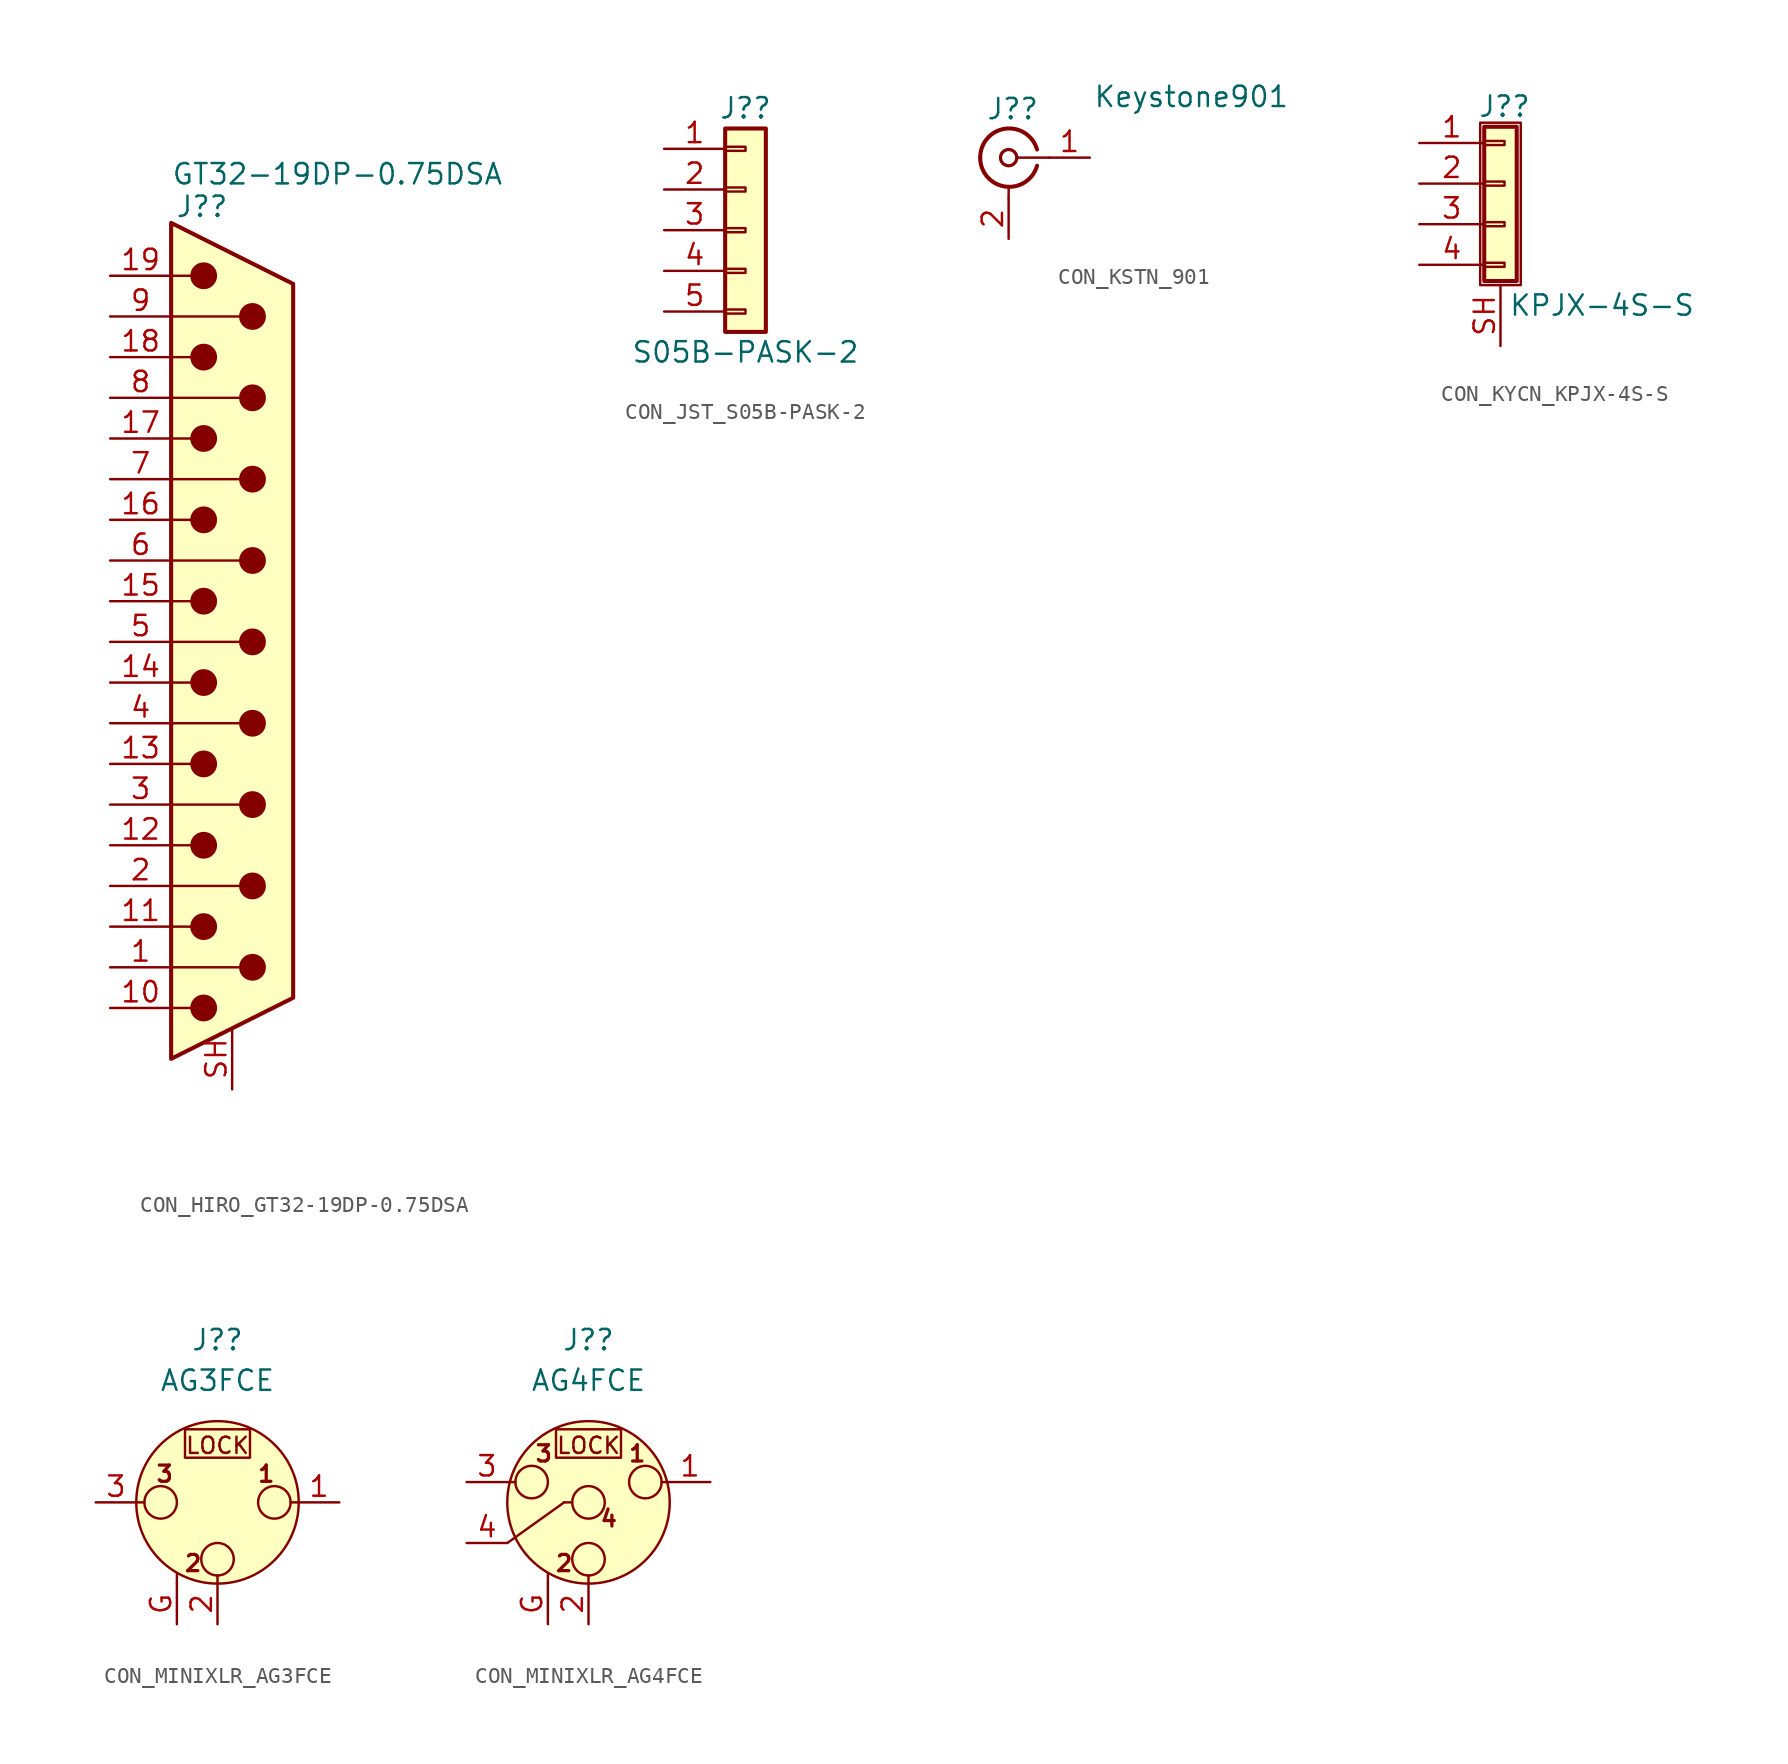
<source format=kicad_sym>
(kicad_symbol_lib
  (version 20231120)
  (generator "kicad_symbol_editor")
  (generator_version "8.0")
  (symbol "CON_HIRO_GT32-19DP-0.75DSA"
    (pin_names
      (offset 1.016) hide)
    (property "Reference" "J?"
      (at -2.286 28.448 0)
      (effects (font (size 1.27 1.27)) (justify left)))
    (property "Value" "GT32-19DP-0.75DSA"
      (at -2.54 30.48 0)
      (effects (font (size 1.27 1.27)) (justify left)))
    (symbol "CON_HIRO_GT32-19DP-0.75DSA_0_1"
      (circle (center -0.508 -21.59) (radius 0.762) (stroke (width 0) (type default)) (fill (type outline)))
      (circle (center -0.508 -16.51) (radius 0.762) (stroke (width 0) (type default)) (fill (type outline)))
      (circle (center -0.508 -11.43) (radius 0.762) (stroke (width 0) (type default)) (fill (type outline)))
      (circle (center -0.508 -6.35) (radius 0.762) (stroke (width 0) (type default)) (fill (type outline)))
      (circle (center -0.508 -1.27) (radius 0.762) (stroke (width 0) (type default)) (fill (type outline)))
      (circle (center -0.508 3.81) (radius 0.762) (stroke (width 0) (type default)) (fill (type outline)))
      (circle (center -0.508 8.89) (radius 0.762) (stroke (width 0) (type default)) (fill (type outline)))
      (circle (center -0.508 13.97) (radius 0.762) (stroke (width 0) (type default)) (fill (type outline)))
      (circle (center -0.508 19.05) (radius 0.762) (stroke (width 0) (type default)) (fill (type outline)))
      (circle (center -0.508 24.13) (radius 0.762) (stroke (width 0) (type default)) (fill (type outline)))
      (polyline (pts (xy -2.54 -21.59) (xy -1.27 -21.59)) (stroke (width 0) (type default)) (fill (type none)))
      (polyline (pts (xy -2.54 -19.05) (xy 1.778 -19.05)) (stroke (width 0) (type default)) (fill (type none)))
      (polyline (pts (xy -2.54 -16.51) (xy -1.27 -16.51)) (stroke (width 0) (type default)) (fill (type none)))
      (polyline (pts (xy -2.54 -13.97) (xy 1.778 -13.97)) (stroke (width 0) (type default)) (fill (type none)))
      (polyline (pts (xy -2.54 -11.43) (xy -1.27 -11.43)) (stroke (width 0) (type default)) (fill (type none)))
      (polyline (pts (xy -2.54 -8.89) (xy 1.778 -8.89)) (stroke (width 0) (type default)) (fill (type none)))
      (polyline (pts (xy -2.54 -6.35) (xy -1.27 -6.35)) (stroke (width 0) (type default)) (fill (type none)))
      (polyline (pts (xy -2.54 -3.81) (xy 1.778 -3.81)) (stroke (width 0) (type default)) (fill (type none)))
      (polyline (pts (xy -2.54 -1.27) (xy -1.27 -1.27)) (stroke (width 0) (type default)) (fill (type none)))
      (polyline (pts (xy -2.54 1.27) (xy 1.778 1.27)) (stroke (width 0) (type default)) (fill (type none)))
      (polyline (pts (xy -2.54 3.81) (xy -1.27 3.81)) (stroke (width 0) (type default)) (fill (type none)))
      (polyline (pts (xy -2.54 6.35) (xy 1.778 6.35)) (stroke (width 0) (type default)) (fill (type none)))
      (polyline (pts (xy -2.54 8.89) (xy -1.27 8.89)) (stroke (width 0) (type default)) (fill (type none)))
      (polyline (pts (xy -2.54 11.43) (xy 1.778 11.43)) (stroke (width 0) (type default)) (fill (type none)))
      (polyline (pts (xy -2.54 13.97) (xy -1.27 13.97)) (stroke (width 0) (type default)) (fill (type none)))
      (polyline (pts (xy -2.54 16.51) (xy 1.778 16.51)) (stroke (width 0) (type default)) (fill (type none)))
      (polyline (pts (xy -2.54 19.05) (xy -1.27 19.05)) (stroke (width 0) (type default)) (fill (type none)))
      (polyline (pts (xy -2.54 21.59) (xy 1.778 21.59)) (stroke (width 0) (type default)) (fill (type none)))
      (polyline (pts (xy -2.54 24.13) (xy -1.27 24.13)) (stroke (width 0) (type default)) (fill (type none)))
      (polyline (pts (xy -2.54 -24.765) (xy 5.08 -20.955) (xy 5.08 23.622) (xy -2.54 27.432) (xy -2.54 -24.765)) (stroke (width 0.254) (type default)) (fill (type background)))
      (circle (center 2.54 -19.05) (radius 0.762) (stroke (width 0) (type default)) (fill (type outline)))
      (circle (center 2.54 -13.97) (radius 0.762) (stroke (width 0) (type default)) (fill (type outline)))
      (circle (center 2.54 -8.89) (radius 0.762) (stroke (width 0) (type default)) (fill (type outline)))
      (circle (center 2.54 -3.81) (radius 0.762) (stroke (width 0) (type default)) (fill (type outline)))
      (circle (center 2.54 1.27) (radius 0.762) (stroke (width 0) (type default)) (fill (type outline)))
      (circle (center 2.54 6.35) (radius 0.762) (stroke (width 0) (type default)) (fill (type outline)))
      (circle (center 2.54 11.43) (radius 0.762) (stroke (width 0) (type default)) (fill (type outline)))
      (circle (center 2.54 16.51) (radius 0.762) (stroke (width 0) (type default)) (fill (type outline)))
      (circle (center 2.54 21.59) (radius 0.762) (stroke (width 0) (type default)) (fill (type outline))))
    (symbol "CON_HIRO_GT32-19DP-0.75DSA_1_1"
      (pin passive line (at -6.35 -19.05 0) (length 3.81) (name "P14" (effects (font (size 1.27 1.27)))) (number "1" (effects (font (size 1.27 1.27)))))
      (pin passive line (at -6.35 -21.59 0) (length 3.81) (name "1" (effects (font (size 1.27 1.27)))) (number "10" (effects (font (size 1.27 1.27)))))
      (pin passive line (at -6.35 -16.51 0) (length 3.81) (name "2" (effects (font (size 1.27 1.27)))) (number "11" (effects (font (size 1.27 1.27)))))
      (pin passive line (at -6.35 -11.43 0) (length 3.81) (name "3" (effects (font (size 1.27 1.27)))) (number "12" (effects (font (size 1.27 1.27)))))
      (pin passive line (at -6.35 -6.35 0) (length 3.81) (name "4" (effects (font (size 1.27 1.27)))) (number "13" (effects (font (size 1.27 1.27)))))
      (pin passive line (at -6.35 -1.27 0) (length 3.81) (name "5" (effects (font (size 1.27 1.27)))) (number "14" (effects (font (size 1.27 1.27)))))
      (pin passive line (at -6.35 3.81 0) (length 3.81) (name "6" (effects (font (size 1.27 1.27)))) (number "15" (effects (font (size 1.27 1.27)))))
      (pin passive line (at -6.35 8.89 0) (length 3.81) (name "7" (effects (font (size 1.27 1.27)))) (number "16" (effects (font (size 1.27 1.27)))))
      (pin passive line (at -6.35 13.97 0) (length 3.81) (name "8" (effects (font (size 1.27 1.27)))) (number "17" (effects (font (size 1.27 1.27)))))
      (pin passive line (at -6.35 19.05 0) (length 3.81) (name "9" (effects (font (size 1.27 1.27)))) (number "18" (effects (font (size 1.27 1.27)))))
      (pin passive line (at -6.35 24.13 0) (length 3.81) (name "10" (effects (font (size 1.27 1.27)))) (number "19" (effects (font (size 1.27 1.27)))))
      (pin passive line (at -6.35 -13.97 0) (length 3.81) (name "P15" (effects (font (size 1.27 1.27)))) (number "2" (effects (font (size 1.27 1.27)))))
      (pin passive line (at -6.35 -8.89 0) (length 3.81) (name "P16" (effects (font (size 1.27 1.27)))) (number "3" (effects (font (size 1.27 1.27)))))
      (pin passive line (at -6.35 -3.81 0) (length 3.81) (name "P17" (effects (font (size 1.27 1.27)))) (number "4" (effects (font (size 1.27 1.27)))))
      (pin passive line (at -6.35 1.27 0) (length 3.81) (name "P18" (effects (font (size 1.27 1.27)))) (number "5" (effects (font (size 1.27 1.27)))))
      (pin passive line (at -6.35 6.35 0) (length 3.81) (name "P19" (effects (font (size 1.27 1.27)))) (number "6" (effects (font (size 1.27 1.27)))))
      (pin passive line (at -6.35 11.43 0) (length 3.81) (name "P20" (effects (font (size 1.27 1.27)))) (number "7" (effects (font (size 1.27 1.27)))))
      (pin passive line (at -6.35 16.51 0) (length 3.81) (name "P21" (effects (font (size 1.27 1.27)))) (number "8" (effects (font (size 1.27 1.27)))))
      (pin passive line (at -6.35 21.59 0) (length 3.81) (name "P22" (effects (font (size 1.27 1.27)))) (number "9" (effects (font (size 1.27 1.27)))))
      (pin passive line (at 1.27 -26.67 90) (length 3.81) (name "PAD" (effects (font (size 1.27 1.27)))) (number "SH" (effects (font (size 1.27 1.27)))))))
  (symbol "CON_JST_S05B-PASK-2"
    (pin_names
      (offset 1.016) hide)
    (property "Reference" "J?"
      (at 0 7.62 0)
      (effects (font (size 1.27 1.27))))
    (property "Value" "S05B-PASK-2"
      (at 0 -7.62 0)
      (effects (font (size 1.27 1.27))))
    (symbol "CON_JST_S05B-PASK-2_1_1"
      (rectangle (start -1.27 -4.953) (end 0 -5.207) (stroke (width 0.152) (type default)) (fill (type none)))
      (rectangle (start -1.27 -2.413) (end 0 -2.667) (stroke (width 0.152) (type default)) (fill (type none)))
      (rectangle (start -1.27 0.127) (end 0 -0.127) (stroke (width 0.152) (type default)) (fill (type none)))
      (rectangle (start -1.27 2.667) (end 0 2.413) (stroke (width 0.152) (type default)) (fill (type none)))
      (rectangle (start -1.27 5.207) (end 0 4.953) (stroke (width 0.152) (type default)) (fill (type none)))
      (rectangle (start -1.27 6.35) (end 1.27 -6.35) (stroke (width 0.254) (type default)) (fill (type background)))
      (pin passive line (at -5.08 5.08 0) (length 3.81) (name "Pin_1" (effects (font (size 1.27 1.27)))) (number "1" (effects (font (size 1.27 1.27)))))
      (pin passive line (at -5.08 2.54 0) (length 3.81) (name "Pin_2" (effects (font (size 1.27 1.27)))) (number "2" (effects (font (size 1.27 1.27)))))
      (pin passive line (at -5.08 0 0) (length 3.81) (name "Pin_3" (effects (font (size 1.27 1.27)))) (number "3" (effects (font (size 1.27 1.27)))))
      (pin passive line (at -5.08 -2.54 0) (length 3.81) (name "Pin_4" (effects (font (size 1.27 1.27)))) (number "4" (effects (font (size 1.27 1.27)))))
      (pin passive line (at -5.08 -5.08 0) (length 3.81) (name "Pin_5" (effects (font (size 1.27 1.27)))) (number "5" (effects (font (size 1.27 1.27)))))))
  (symbol "CON_KSTN_901"
    (pin_names
      (offset 1.016) hide)
    (property "Reference" "J?"
      (at 0.254 3.048 0)
      (effects (font (size 1.27 1.27))))
    (property "Value" "Keystone901"
      (at 11.43 3.81 0)
      (effects (font (size 1.27 1.27))))
    (symbol "CON_KSTN_901_0_1"
      (arc (start -1.778 0) (mid -0.222 -1.8079) (end 1.778 -0.508) (stroke (width 0.254) (type default)) (fill (type none)))
      (polyline (pts (xy 0 -2.54) (xy 0 -1.778)) (stroke (width 0) (type default)) (fill (type none)))
      (polyline (pts (xy 2.54 0) (xy 0.508 0)) (stroke (width 0) (type default)) (fill (type none)))
      (circle (center 0 0) (radius 0.508) (stroke (width 0.203) (type default)) (fill (type none)))
      (arc (start 1.778 0.508) (mid -0.2221 1.8084) (end -1.778 0) (stroke (width 0.254) (type default)) (fill (type none))))
    (symbol "CON_KSTN_901_1_1"
      (pin passive line (at 5.08 0 180) (length 2.54) (name "In" (effects (font (size 1.27 1.27)))) (number "1" (effects (font (size 1.27 1.27)))))
      (pin passive line (at 0 -5.08 90) (length 2.54) (name "Ext" (effects (font (size 1.27 1.27)))) (number "2" (effects (font (size 1.27 1.27)))))))
  (symbol "CON_KYCN_KPJX-4S-S"
    (pin_names
      (offset 1.016) hide)
    (property "Reference" "J?"
      (at 0.254 6.096 0)
      (effects (font (size 1.27 1.27))))
    (property "Value" "KPJX-4S-S"
      (at 0.508 -6.35 0)
      (effects (font (size 1.27 1.27)) (justify left)))
    (symbol "CON_KYCN_KPJX-4S-S_1_1"
      (rectangle (start -1.27 5.08) (end 1.27 -5.08) (stroke (width 0.152) (type default)) (fill (type none)))
      (rectangle (start -1.016 -3.683) (end 0.254 -3.937) (stroke (width 0.152) (type default)) (fill (type none)))
      (rectangle (start -1.016 -1.143) (end 0.254 -1.397) (stroke (width 0.152) (type default)) (fill (type none)))
      (rectangle (start -1.016 1.397) (end 0.254 1.143) (stroke (width 0.152) (type default)) (fill (type none)))
      (rectangle (start -1.016 3.937) (end 0.254 3.683) (stroke (width 0.152) (type default)) (fill (type none)))
      (rectangle (start -1.016 4.826) (end 1.016 -4.826) (stroke (width 0.254) (type default)) (fill (type background)))
      (pin passive line (at -5.08 3.81 0) (length 4.064) (name "Pin_1" (effects (font (size 1.27 1.27)))) (number "1" (effects (font (size 1.27 1.27)))))
      (pin passive line (at -5.08 1.27 0) (length 4.064) (name "Pin_2" (effects (font (size 1.27 1.27)))) (number "2" (effects (font (size 1.27 1.27)))))
      (pin passive line (at -5.08 -1.27 0) (length 4.064) (name "Pin_3" (effects (font (size 1.27 1.27)))) (number "3" (effects (font (size 1.27 1.27)))))
      (pin passive line (at -5.08 -3.81 0) (length 4.064) (name "Pin_4" (effects (font (size 1.27 1.27)))) (number "4" (effects (font (size 1.27 1.27)))))
      (pin passive line (at 0 -8.89 90) (length 3.81) (name "Shield" (effects (font (size 1.27 1.27)))) (number "SH" (effects (font (size 1.27 1.27)))))))
  (symbol "CON_MINIXLR_AG3FCE"
    (pin_names hide)
    (property "Reference" "J?"
      (at 0 10.16 0)
      (effects (font (size 1.27 1.27))))
    (property "Value" "AG3FCE"
      (at 0 7.62 0)
      (effects (font (size 1.27 1.27))))
    (symbol "CON_MINIXLR_AG3FCE_0_1"
      (rectangle (start -2.032 4.572) (end 2.032 2.794) (stroke (width 0) (type default)) (fill (type background)))
      (text "LOCK" (at 0 3.556 0) (effects (font (size 1.016 1.016)))))
    (symbol "CON_MINIXLR_AG3FCE_1_1"
      (circle (center -3.556 0) (radius 1.016) (stroke (width 0) (type default)) (fill (type none)))
      (circle (center 0 -3.556) (radius 1.016) (stroke (width 0) (type default)) (fill (type none)))
      (polyline (pts (xy -5.08 0) (xy -4.572 0)) (stroke (width 0) (type default)) (fill (type none)))
      (polyline (pts (xy -2.54 -5.08) (xy -2.54 -4.445)) (stroke (width 0) (type default)) (fill (type none)))
      (polyline (pts (xy 0 -5.08) (xy 0 -4.572)) (stroke (width 0) (type default)) (fill (type none)))
      (polyline (pts (xy 5.08 0) (xy 4.572 0)) (stroke (width 0) (type default)) (fill (type none)))
      (circle (center 0 0) (radius 5.08) (stroke (width 0) (type default)) (fill (type background)))
      (circle (center 3.556 0) (radius 1.016) (stroke (width 0) (type default)) (fill (type none)))
      (text "1" (at 3.048 1.778 0) (effects (font (size 1.016 1.016) (bold yes))))
      (text "2" (at -1.524 -3.81 0) (effects (font (size 1.016 1.016) (bold yes))))
      (text "3" (at -3.302 1.778 0) (effects (font (size 1.016 1.016) (bold yes))))
      (pin passive line (at 7.62 0 180) (length 2.54) (name "~" (effects (font (size 1.27 1.27)))) (number "1" (effects (font (size 1.27 1.27)))))
      (pin passive line (at 0 -7.62 90) (length 2.54) (name "~" (effects (font (size 1.27 1.27)))) (number "2" (effects (font (size 1.27 1.27)))))
      (pin passive line (at -7.62 0 0) (length 2.54) (name "~" (effects (font (size 1.27 1.27)))) (number "3" (effects (font (size 1.27 1.27)))))
      (pin passive line (at -2.54 -7.62 90) (length 2.54) (name "~" (effects (font (size 1.27 1.27)))) (number "G" (effects (font (size 1.27 1.27)))))))
  (symbol "CON_MINIXLR_AG4FCE"
    (pin_names hide)
    (property "Reference" "J?"
      (at 0 10.16 0)
      (effects (font (size 1.27 1.27))))
    (property "Value" "AG4FCE"
      (at 0 7.62 0)
      (effects (font (size 1.27 1.27))))
    (symbol "CON_MINIXLR_AG4FCE_0_1"
      (rectangle (start -2.032 4.572) (end 2.032 2.794) (stroke (width 0) (type default)) (fill (type background)))
      (polyline (pts (xy -1.524 0) (xy -5.08 -2.54)) (stroke (width 0) (type default)) (fill (type none)))
      (text "LOCK" (at 0 3.556 0) (effects (font (size 1.016 1.016)))))
    (symbol "CON_MINIXLR_AG4FCE_1_1"
      (circle (center -3.556 1.27) (radius 1.016) (stroke (width 0) (type default)) (fill (type none)))
      (circle (center 0 -3.556) (radius 1.016) (stroke (width 0) (type default)) (fill (type none)))
      (polyline (pts (xy -5.08 1.27) (xy -4.572 1.27)) (stroke (width 0) (type default)) (fill (type none)))
      (polyline (pts (xy -2.54 -5.08) (xy -2.54 -4.445)) (stroke (width 0) (type default)) (fill (type none)))
      (polyline (pts (xy -1.524 0) (xy -1.016 0)) (stroke (width 0) (type default)) (fill (type none)))
      (polyline (pts (xy 0 -5.08) (xy 0 -4.572)) (stroke (width 0) (type default)) (fill (type none)))
      (polyline (pts (xy 5.08 1.27) (xy 4.572 1.27)) (stroke (width 0) (type default)) (fill (type none)))
      (circle (center 0 0) (radius 1.016) (stroke (width 0) (type default)) (fill (type none)))
      (circle (center 0 0) (radius 5.08) (stroke (width 0) (type default)) (fill (type background)))
      (circle (center 3.556 1.27) (radius 1.016) (stroke (width 0) (type default)) (fill (type none)))
      (text "1" (at 3.048 3.048 0) (effects (font (size 1.016 1.016) (bold yes))))
      (text "2" (at -1.524 -3.81 0) (effects (font (size 1.016 1.016) (bold yes))))
      (text "3" (at -2.794 3.048 0) (effects (font (size 1.016 1.016) (bold yes))))
      (text "4" (at 1.27 -1.016 0) (effects (font (size 1.016 1.016) (bold yes))))
      (pin passive line (at 7.62 1.27 180) (length 2.54) (name "~" (effects (font (size 1.27 1.27)))) (number "1" (effects (font (size 1.27 1.27)))))
      (pin passive line (at 0 -7.62 90) (length 2.54) (name "~" (effects (font (size 1.27 1.27)))) (number "2" (effects (font (size 1.27 1.27)))))
      (pin passive line (at -7.62 1.27 0) (length 2.54) (name "~" (effects (font (size 1.27 1.27)))) (number "3" (effects (font (size 1.27 1.27)))))
      (pin passive line (at -7.62 -2.54 0) (length 2.54) (name "~" (effects (font (size 1.27 1.27)))) (number "4" (effects (font (size 1.27 1.27)))))
      (pin passive line (at -2.54 -7.62 90) (length 2.54) (name "~" (effects (font (size 1.27 1.27)))) (number "G" (effects (font (size 1.27 1.27))))))))
</source>
